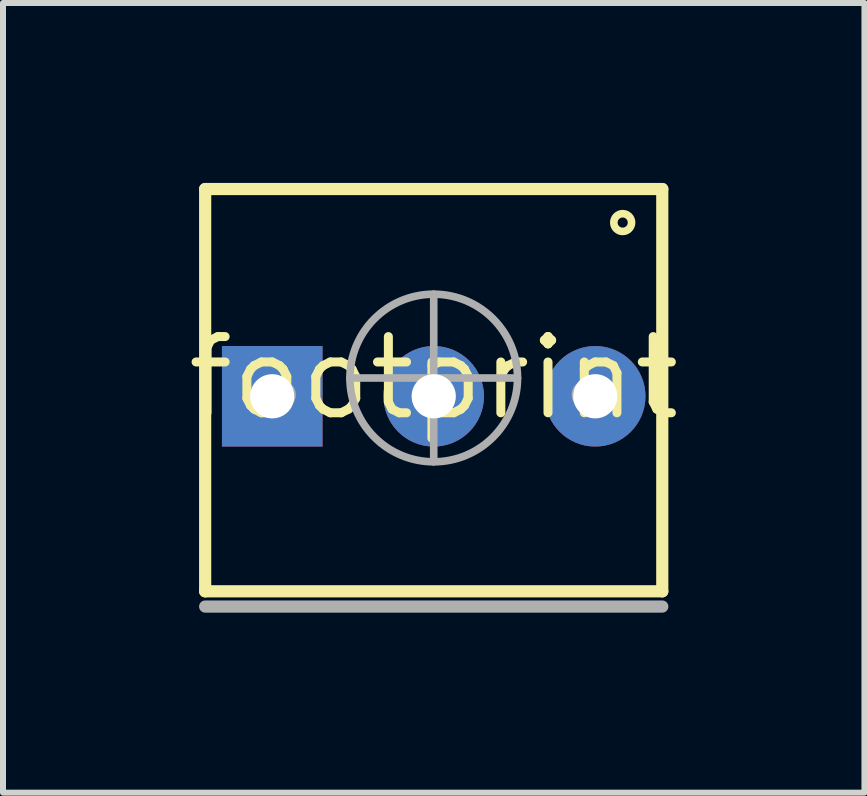
<source format=kicad_pcb>
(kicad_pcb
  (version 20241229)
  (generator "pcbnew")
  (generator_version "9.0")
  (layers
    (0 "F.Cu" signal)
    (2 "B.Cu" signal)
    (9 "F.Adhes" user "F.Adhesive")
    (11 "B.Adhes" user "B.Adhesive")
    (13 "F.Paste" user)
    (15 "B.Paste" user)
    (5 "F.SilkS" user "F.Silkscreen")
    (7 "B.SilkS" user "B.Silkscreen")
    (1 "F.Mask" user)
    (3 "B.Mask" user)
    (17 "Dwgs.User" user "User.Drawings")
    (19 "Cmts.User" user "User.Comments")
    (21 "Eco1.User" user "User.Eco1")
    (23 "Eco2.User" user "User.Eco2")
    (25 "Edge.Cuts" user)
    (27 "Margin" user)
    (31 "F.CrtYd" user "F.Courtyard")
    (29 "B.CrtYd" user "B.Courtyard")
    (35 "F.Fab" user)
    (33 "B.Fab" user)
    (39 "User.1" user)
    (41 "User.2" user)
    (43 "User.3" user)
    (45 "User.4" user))
  (footprint "footprint"
    (layer "F.Cu")
    (at 4.18 3.251)
    (property "Reference" "footprint" (at 0 0 0) (layer "F.SilkS") (effects (font (size 1.27 1.27) (thickness 0.15))))
    (fp_line (start -3.81 -3.15) (end -3.81 3.556) (stroke (width 0.203) (type solid)) (layer "F.SilkS"))
    (fp_line (start -3.81 3.556) (end 3.81 3.556) (stroke (width 0.203) (type solid)) (layer "F.SilkS"))
    (fp_line (start 3.81 -3.15) (end -3.81 -3.15) (stroke (width 0.203) (type solid)) (layer "F.SilkS"))
    (fp_line (start 3.81 3.556) (end 3.81 -3.15) (stroke (width 0.203) (type solid)) (layer "F.SilkS"))
    (fp_circle (center 3.15 -2.591) (end 3.298 -2.591) (stroke (width 0.127) (type solid)) (fill no) (layer "F.SilkS"))
    (fp_line (start -3.81 3.81) (end 3.81 3.81) (stroke (width 0.203) (type solid)) (layer "F.Fab"))
    (fp_line (start 0 -1.397) (end 0 1.397) (stroke (width 0.127) (type solid)) (layer "F.Fab"))
    (fp_line (start 1.397 0) (end -1.397 0) (stroke (width 0.127) (type solid)) (layer "F.Fab"))
    (fp_circle (center -2.54 0.279) (end -2.311 0.279) (stroke (width 0.025) (type solid)) (fill no) (layer "F.Fab"))
    (fp_circle (center 0 0) (end 1.397 0) (stroke (width 0.127) (type solid)) (fill no) (layer "F.Fab"))
    (fp_circle (center 0 0.279) (end 0.229 0.279) (stroke (width 0.025) (type solid)) (fill no) (layer "F.Fab"))
    (fp_circle (center 2.54 0.279) (end 2.769 0.279) (stroke (width 0.025) (type solid)) (fill no) (layer "F.Fab"))
    (pad "1" thru_hole rect (at -2.692 0.305) (size 1.676 1.676) (drill 0.737) (layers "*.Cu" "*.Mask"))
    (pad "2" thru_hole circle (at 0 0.305) (size 1.676 1.676) (drill 0.737) (layers "*.Cu" "*.Mask"))
    (pad "3" thru_hole circle (at 2.692 0.305) (size 1.676 1.676) (drill 0.737) (layers "*.Cu" "*.Mask")))
  (gr_rect
    (start -3 -3)
    (end 11.36 10.163)
    (stroke (width 0.1) (type default))
    (fill no)
    (layer "Edge.Cuts")))
</source>
